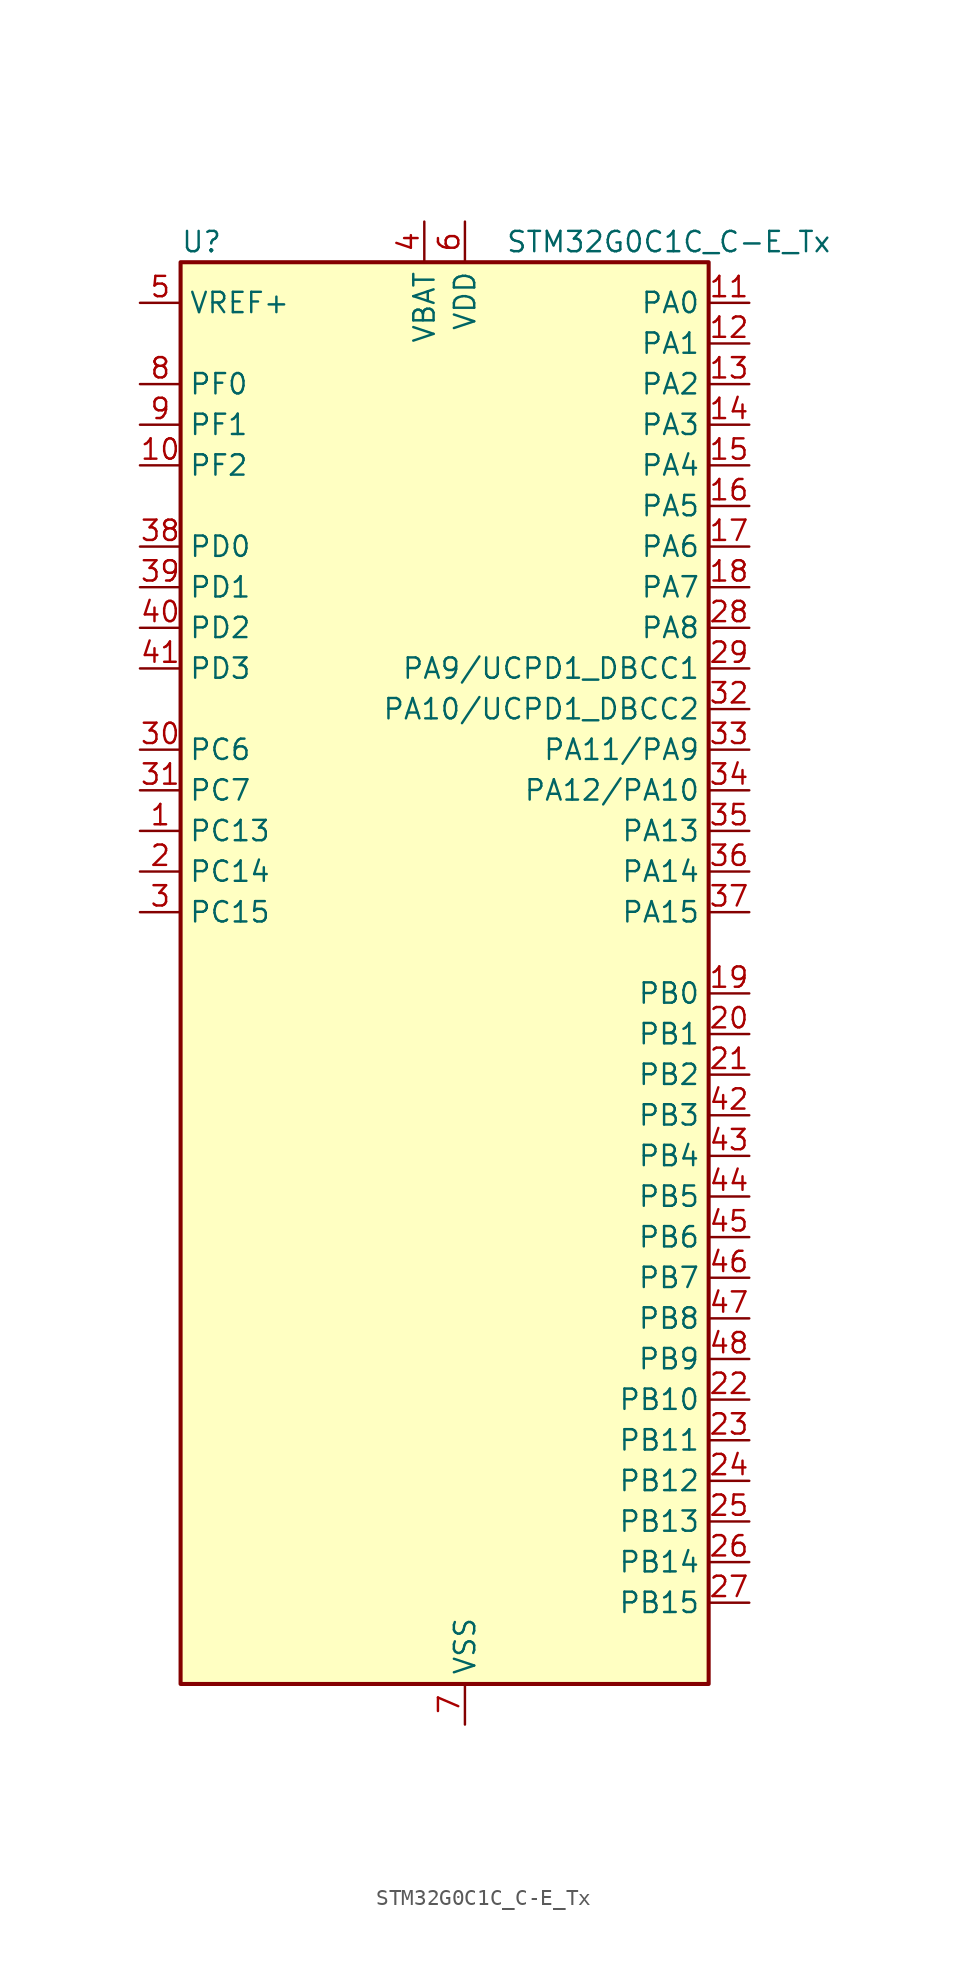
<source format=kicad_sym>
(kicad_symbol_lib
  (version 20231120)
  (generator "kicad_symbol_editor")
  (generator_version "8.0")
  (symbol "STM32G0C1C_C-E_Tx"
    (property "Reference" "U"
      (at -15.24 46.99 0)
      (effects (font (size 1.27 1.27)) (justify left)))
    (property "Value" "STM32G0C1C_C-E_Tx"
      (at 5.08 46.99 0)
      (effects (font (size 1.27 1.27)) (justify left)))
    (property "ki_locked" ""
      (at 0 0 0)
      (effects (font (size 1.27 1.27))))
    (symbol "STM32G0C1C_C-E_Tx_0_1"
      (rectangle (start -15.24 -43.18) (end 17.78 45.72) (stroke (width 0.254) (type default)) (fill (type background))))
    (symbol "STM32G0C1C_C-E_Tx_1_1"
      (pin bidirectional line (at -17.78 10.16 0) (length 2.54) (name "PC13" (effects (font (size 1.27 1.27)))) (number "1" (effects (font (size 1.27 1.27)))) (alternate "RTC_OUT1" bidirectional line) (alternate "RTC_TAMP_IN1" bidirectional line) (alternate "RTC_TS" bidirectional line) (alternate "SYS_WKUP2" bidirectional line) (alternate "TIM1_BK" bidirectional line))
      (pin bidirectional line (at -17.78 33.02 0) (length 2.54) (name "PF2" (effects (font (size 1.27 1.27)))) (number "10" (effects (font (size 1.27 1.27)))) (alternate "LPUART2_DE" bidirectional line) (alternate "LPUART2_RTS" bidirectional line) (alternate "LPUART2_TX" bidirectional line) (alternate "RCC_MCO" bidirectional line))
      (pin bidirectional line (at 20.32 43.18 180) (length 2.54) (name "PA0" (effects (font (size 1.27 1.27)))) (number "11" (effects (font (size 1.27 1.27)))) (alternate "ADC1_IN0" bidirectional line) (alternate "COMP1_INM" bidirectional line) (alternate "COMP1_OUT" bidirectional line) (alternate "I2S2_CK" bidirectional line) (alternate "LPTIM1_OUT" bidirectional line) (alternate "RTC_TAMP_IN2" bidirectional line) (alternate "SPI2_SCK" bidirectional line) (alternate "SYS_WKUP1" bidirectional line) (alternate "TIM2_CH1" bidirectional line) (alternate "TIM2_ETR" bidirectional line) (alternate "UCPD2_FRSTX1" bidirectional line) (alternate "UCPD2_FRSTX2" bidirectional line) (alternate "USART2_CTS" bidirectional line) (alternate "USART2_NSS" bidirectional line) (alternate "USART4_TX" bidirectional line))
      (pin bidirectional line (at 20.32 40.64 180) (length 2.54) (name "PA1" (effects (font (size 1.27 1.27)))) (number "12" (effects (font (size 1.27 1.27)))) (alternate "ADC1_IN1" bidirectional line) (alternate "COMP1_INP" bidirectional line) (alternate "I2C1_SMBA" bidirectional line) (alternate "I2S1_CK" bidirectional line) (alternate "SPI1_SCK" bidirectional line) (alternate "TIM15_CH1N" bidirectional line) (alternate "TIM2_CH2" bidirectional line) (alternate "USART2_CK" bidirectional line) (alternate "USART2_DE" bidirectional line) (alternate "USART2_RTS" bidirectional line) (alternate "USART4_RX" bidirectional line))
      (pin bidirectional line (at 20.32 38.1 180) (length 2.54) (name "PA2" (effects (font (size 1.27 1.27)))) (number "13" (effects (font (size 1.27 1.27)))) (alternate "ADC1_IN2" bidirectional line) (alternate "COMP2_INM" bidirectional line) (alternate "COMP2_OUT" bidirectional line) (alternate "I2S1_SD" bidirectional line) (alternate "LPUART1_TX" bidirectional line) (alternate "RCC_LSCO" bidirectional line) (alternate "SPI1_MOSI" bidirectional line) (alternate "SYS_WKUP4" bidirectional line) (alternate "TIM15_CH1" bidirectional line) (alternate "TIM2_CH3" bidirectional line) (alternate "UCPD1_FRSTX1" bidirectional line) (alternate "UCPD1_FRSTX2" bidirectional line) (alternate "USART2_TX" bidirectional line))
      (pin bidirectional line (at 20.32 35.56 180) (length 2.54) (name "PA3" (effects (font (size 1.27 1.27)))) (number "14" (effects (font (size 1.27 1.27)))) (alternate "ADC1_IN3" bidirectional line) (alternate "COMP2_INP" bidirectional line) (alternate "I2S2_MCK" bidirectional line) (alternate "LPUART1_RX" bidirectional line) (alternate "SPI2_MISO" bidirectional line) (alternate "TIM15_CH2" bidirectional line) (alternate "TIM2_CH4" bidirectional line) (alternate "UCPD2_FRSTX1" bidirectional line) (alternate "UCPD2_FRSTX2" bidirectional line) (alternate "USART2_RX" bidirectional line))
      (pin bidirectional line (at 20.32 33.02 180) (length 2.54) (name "PA4" (effects (font (size 1.27 1.27)))) (number "15" (effects (font (size 1.27 1.27)))) (alternate "ADC1_IN4" bidirectional line) (alternate "DAC1_OUT1" bidirectional line) (alternate "I2S1_WS" bidirectional line) (alternate "I2S2_SD" bidirectional line) (alternate "LPTIM2_OUT" bidirectional line) (alternate "RTC_OUT2" bidirectional line) (alternate "SPI1_NSS" bidirectional line) (alternate "SPI2_MOSI" bidirectional line) (alternate "SPI3_NSS" bidirectional line) (alternate "TIM14_CH1" bidirectional line) (alternate "UCPD2_FRSTX1" bidirectional line) (alternate "UCPD2_FRSTX2" bidirectional line) (alternate "USART6_TX" bidirectional line) (alternate "USB_NOE" bidirectional line))
      (pin bidirectional line (at 20.32 30.48 180) (length 2.54) (name "PA5" (effects (font (size 1.27 1.27)))) (number "16" (effects (font (size 1.27 1.27)))) (alternate "ADC1_IN5" bidirectional line) (alternate "CEC" bidirectional line) (alternate "DAC1_OUT2" bidirectional line) (alternate "I2S1_CK" bidirectional line) (alternate "LPTIM2_ETR" bidirectional line) (alternate "SPI1_SCK" bidirectional line) (alternate "TIM2_CH1" bidirectional line) (alternate "TIM2_ETR" bidirectional line) (alternate "UCPD1_FRSTX1" bidirectional line) (alternate "UCPD1_FRSTX2" bidirectional line) (alternate "USART3_TX" bidirectional line) (alternate "USART6_RX" bidirectional line))
      (pin bidirectional line (at 20.32 27.94 180) (length 2.54) (name "PA6" (effects (font (size 1.27 1.27)))) (number "17" (effects (font (size 1.27 1.27)))) (alternate "ADC1_IN6" bidirectional line) (alternate "COMP1_OUT" bidirectional line) (alternate "I2C2_SDA" bidirectional line) (alternate "I2C3_SDA" bidirectional line) (alternate "I2S1_MCK" bidirectional line) (alternate "LPUART1_CTS" bidirectional line) (alternate "SPI1_MISO" bidirectional line) (alternate "TIM16_CH1" bidirectional line) (alternate "TIM1_BK" bidirectional line) (alternate "TIM3_CH1" bidirectional line) (alternate "USART3_CTS" bidirectional line) (alternate "USART3_NSS" bidirectional line) (alternate "USART6_CTS" bidirectional line) (alternate "USART6_NSS" bidirectional line))
      (pin bidirectional line (at 20.32 25.4 180) (length 2.54) (name "PA7" (effects (font (size 1.27 1.27)))) (number "18" (effects (font (size 1.27 1.27)))) (alternate "ADC1_IN7" bidirectional line) (alternate "COMP2_OUT" bidirectional line) (alternate "I2C2_SCL" bidirectional line) (alternate "I2C3_SCL" bidirectional line) (alternate "I2S1_SD" bidirectional line) (alternate "SPI1_MOSI" bidirectional line) (alternate "TIM14_CH1" bidirectional line) (alternate "TIM17_CH1" bidirectional line) (alternate "TIM1_CH1N" bidirectional line) (alternate "TIM3_CH2" bidirectional line) (alternate "UCPD1_FRSTX1" bidirectional line) (alternate "UCPD1_FRSTX2" bidirectional line) (alternate "USART6_CK" bidirectional line) (alternate "USART6_DE" bidirectional line) (alternate "USART6_RTS" bidirectional line))
      (pin bidirectional line (at 20.32 0 180) (length 2.54) (name "PB0" (effects (font (size 1.27 1.27)))) (number "19" (effects (font (size 1.27 1.27)))) (alternate "ADC1_IN8" bidirectional line) (alternate "COMP1_OUT" bidirectional line) (alternate "COMP3_INP" bidirectional line) (alternate "FDCAN2_RX" bidirectional line) (alternate "I2S1_WS" bidirectional line) (alternate "LPTIM1_OUT" bidirectional line) (alternate "LPUART2_CTS" bidirectional line) (alternate "SPI1_NSS" bidirectional line) (alternate "TIM1_CH2N" bidirectional line) (alternate "TIM3_CH3" bidirectional line) (alternate "UCPD1_FRSTX1" bidirectional line) (alternate "UCPD1_FRSTX2" bidirectional line) (alternate "USART3_RX" bidirectional line) (alternate "USART5_TX" bidirectional line))
      (pin bidirectional line (at -17.78 7.62 0) (length 2.54) (name "PC14" (effects (font (size 1.27 1.27)))) (number "2" (effects (font (size 1.27 1.27)))) (alternate "RCC_OSC32_IN" bidirectional line) (alternate "TIM1_BK2" bidirectional line))
      (pin bidirectional line (at 20.32 -2.54 180) (length 2.54) (name "PB1" (effects (font (size 1.27 1.27)))) (number "20" (effects (font (size 1.27 1.27)))) (alternate "ADC1_IN9" bidirectional line) (alternate "COMP1_INM" bidirectional line) (alternate "COMP3_OUT" bidirectional line) (alternate "FDCAN2_TX" bidirectional line) (alternate "LPTIM2_IN1" bidirectional line) (alternate "LPUART1_DE" bidirectional line) (alternate "LPUART1_RTS" bidirectional line) (alternate "LPUART2_DE" bidirectional line) (alternate "LPUART2_RTS" bidirectional line) (alternate "TIM14_CH1" bidirectional line) (alternate "TIM1_CH3N" bidirectional line) (alternate "TIM3_CH4" bidirectional line) (alternate "USART3_CK" bidirectional line) (alternate "USART3_DE" bidirectional line) (alternate "USART3_RTS" bidirectional line) (alternate "USART5_RX" bidirectional line))
      (pin bidirectional line (at 20.32 -5.08 180) (length 2.54) (name "PB2" (effects (font (size 1.27 1.27)))) (number "21" (effects (font (size 1.27 1.27)))) (alternate "ADC1_IN10" bidirectional line) (alternate "COMP1_INP" bidirectional line) (alternate "COMP3_INM" bidirectional line) (alternate "I2S2_MCK" bidirectional line) (alternate "LPTIM1_OUT" bidirectional line) (alternate "RCC_MCO_2" bidirectional line) (alternate "SPI2_MISO" bidirectional line) (alternate "USART3_TX" bidirectional line))
      (pin bidirectional line (at 20.32 -25.4 180) (length 2.54) (name "PB10" (effects (font (size 1.27 1.27)))) (number "22" (effects (font (size 1.27 1.27)))) (alternate "ADC1_IN11" bidirectional line) (alternate "CEC" bidirectional line) (alternate "COMP1_OUT" bidirectional line) (alternate "I2C2_SCL" bidirectional line) (alternate "I2S2_CK" bidirectional line) (alternate "LPUART1_RX" bidirectional line) (alternate "SPI2_SCK" bidirectional line) (alternate "TIM2_CH3" bidirectional line) (alternate "USART3_TX" bidirectional line))
      (pin bidirectional line (at 20.32 -27.94 180) (length 2.54) (name "PB11" (effects (font (size 1.27 1.27)))) (number "23" (effects (font (size 1.27 1.27)))) (alternate "ADC1_EXTI11" bidirectional line) (alternate "ADC1_IN15" bidirectional line) (alternate "COMP2_OUT" bidirectional line) (alternate "I2C2_SDA" bidirectional line) (alternate "I2S2_SD" bidirectional line) (alternate "LPUART1_TX" bidirectional line) (alternate "SPI2_MOSI" bidirectional line) (alternate "TIM2_CH4" bidirectional line) (alternate "USART3_RX" bidirectional line))
      (pin bidirectional line (at 20.32 -30.48 180) (length 2.54) (name "PB12" (effects (font (size 1.27 1.27)))) (number "24" (effects (font (size 1.27 1.27)))) (alternate "ADC1_IN16" bidirectional line) (alternate "FDCAN2_RX" bidirectional line) (alternate "I2C2_SMBA" bidirectional line) (alternate "I2S2_WS" bidirectional line) (alternate "LPUART1_DE" bidirectional line) (alternate "LPUART1_RTS" bidirectional line) (alternate "SPI2_NSS" bidirectional line) (alternate "TIM15_BK" bidirectional line) (alternate "TIM1_BK" bidirectional line) (alternate "UCPD2_FRSTX1" bidirectional line) (alternate "UCPD2_FRSTX2" bidirectional line))
      (pin bidirectional line (at 20.32 -33.02 180) (length 2.54) (name "PB13" (effects (font (size 1.27 1.27)))) (number "25" (effects (font (size 1.27 1.27)))) (alternate "FDCAN2_TX" bidirectional line) (alternate "I2C2_SCL" bidirectional line) (alternate "I2S2_CK" bidirectional line) (alternate "LPUART1_CTS" bidirectional line) (alternate "SPI2_SCK" bidirectional line) (alternate "TIM15_CH1N" bidirectional line) (alternate "TIM1_CH1N" bidirectional line) (alternate "USART3_CTS" bidirectional line) (alternate "USART3_NSS" bidirectional line))
      (pin bidirectional line (at 20.32 -35.56 180) (length 2.54) (name "PB14" (effects (font (size 1.27 1.27)))) (number "26" (effects (font (size 1.27 1.27)))) (alternate "I2C2_SDA" bidirectional line) (alternate "I2S2_MCK" bidirectional line) (alternate "SPI2_MISO" bidirectional line) (alternate "TIM15_CH1" bidirectional line) (alternate "TIM1_CH2N" bidirectional line) (alternate "UCPD1_FRSTX1" bidirectional line) (alternate "UCPD1_FRSTX2" bidirectional line) (alternate "USART3_CK" bidirectional line) (alternate "USART3_DE" bidirectional line) (alternate "USART3_RTS" bidirectional line) (alternate "USART6_CK" bidirectional line) (alternate "USART6_DE" bidirectional line) (alternate "USART6_RTS" bidirectional line))
      (pin bidirectional line (at 20.32 -38.1 180) (length 2.54) (name "PB15" (effects (font (size 1.27 1.27)))) (number "27" (effects (font (size 1.27 1.27)))) (alternate "I2S2_SD" bidirectional line) (alternate "RTC_REFIN" bidirectional line) (alternate "SPI2_MOSI" bidirectional line) (alternate "TIM15_CH1N" bidirectional line) (alternate "TIM15_CH2" bidirectional line) (alternate "TIM1_CH3N" bidirectional line) (alternate "UCPD1_CC2" bidirectional line) (alternate "USART6_CTS" bidirectional line) (alternate "USART6_NSS" bidirectional line))
      (pin bidirectional line (at 20.32 22.86 180) (length 2.54) (name "PA8" (effects (font (size 1.27 1.27)))) (number "28" (effects (font (size 1.27 1.27)))) (alternate "CRS1_SYNC" bidirectional line) (alternate "I2C2_SMBA" bidirectional line) (alternate "I2S2_WS" bidirectional line) (alternate "LPTIM2_OUT" bidirectional line) (alternate "RCC_MCO" bidirectional line) (alternate "SPI2_NSS" bidirectional line) (alternate "TIM1_CH1" bidirectional line) (alternate "UCPD1_CC1" bidirectional line))
      (pin bidirectional line (at 20.32 20.32 180) (length 2.54) (name "PA9/UCPD1_DBCC1" (effects (font (size 1.27 1.27)))) (number "29" (effects (font (size 1.27 1.27)))) (alternate "DAC1_EXTI9" bidirectional line) (alternate "I2C1_SCL" bidirectional line) (alternate "I2C2_SCL" bidirectional line) (alternate "I2S2_MCK" bidirectional line) (alternate "RCC_MCO" bidirectional line) (alternate "SPI2_MISO" bidirectional line) (alternate "TIM15_BK" bidirectional line) (alternate "TIM1_CH2" bidirectional line) (alternate "UCPD1_DBCC1" bidirectional line) (alternate "USART1_TX" bidirectional line))
      (pin bidirectional line (at -17.78 5.08 0) (length 2.54) (name "PC15" (effects (font (size 1.27 1.27)))) (number "3" (effects (font (size 1.27 1.27)))) (alternate "RCC_OSC32_EN" bidirectional line) (alternate "RCC_OSC32_OUT" bidirectional line) (alternate "RCC_OSC_EN" bidirectional line) (alternate "TIM15_BK" bidirectional line))
      (pin bidirectional line (at -17.78 15.24 0) (length 2.54) (name "PC6" (effects (font (size 1.27 1.27)))) (number "30" (effects (font (size 1.27 1.27)))) (alternate "LPUART2_TX" bidirectional line) (alternate "TIM2_CH3" bidirectional line) (alternate "TIM3_CH1" bidirectional line) (alternate "UCPD1_FRSTX1" bidirectional line) (alternate "UCPD1_FRSTX2" bidirectional line))
      (pin bidirectional line (at -17.78 12.7 0) (length 2.54) (name "PC7" (effects (font (size 1.27 1.27)))) (number "31" (effects (font (size 1.27 1.27)))) (alternate "LPUART2_RX" bidirectional line) (alternate "TIM2_CH4" bidirectional line) (alternate "TIM3_CH2" bidirectional line) (alternate "UCPD2_FRSTX1" bidirectional line) (alternate "UCPD2_FRSTX2" bidirectional line))
      (pin bidirectional line (at 20.32 17.78 180) (length 2.54) (name "PA10/UCPD1_DBCC2" (effects (font (size 1.27 1.27)))) (number "32" (effects (font (size 1.27 1.27)))) (alternate "I2C1_SDA" bidirectional line) (alternate "I2C2_SDA" bidirectional line) (alternate "I2S2_SD" bidirectional line) (alternate "RCC_MCO_2" bidirectional line) (alternate "SPI2_MOSI" bidirectional line) (alternate "TIM17_BK" bidirectional line) (alternate "TIM1_CH3" bidirectional line) (alternate "UCPD1_DBCC2" bidirectional line) (alternate "USART1_RX" bidirectional line))
      (pin bidirectional line (at 20.32 15.24 180) (length 2.54) (name "PA11/PA9" (effects (font (size 1.27 1.27)))) (number "33" (effects (font (size 1.27 1.27)))) (alternate "ADC1_EXTI11" bidirectional line) (alternate "COMP1_OUT" bidirectional line) (alternate "FDCAN1_RX" bidirectional line) (alternate "I2C2_SCL" bidirectional line) (alternate "I2S1_MCK" bidirectional line) (alternate "SPI1_MISO" bidirectional line) (alternate "TIM1_BK2" bidirectional line) (alternate "TIM1_CH4" bidirectional line) (alternate "USART1_CTS" bidirectional line) (alternate "USART1_NSS" bidirectional line) (alternate "USB_DM" bidirectional line))
      (pin bidirectional line (at 20.32 12.7 180) (length 2.54) (name "PA12/PA10" (effects (font (size 1.27 1.27)))) (number "34" (effects (font (size 1.27 1.27)))) (alternate "COMP2_OUT" bidirectional line) (alternate "FDCAN1_TX" bidirectional line) (alternate "I2C2_SDA" bidirectional line) (alternate "I2S1_SD" bidirectional line) (alternate "I2S_CKIN" bidirectional line) (alternate "SPI1_MOSI" bidirectional line) (alternate "TIM1_ETR" bidirectional line) (alternate "USART1_CK" bidirectional line) (alternate "USART1_DE" bidirectional line) (alternate "USART1_RTS" bidirectional line) (alternate "USB_DP" bidirectional line))
      (pin bidirectional line (at 20.32 10.16 180) (length 2.54) (name "PA13" (effects (font (size 1.27 1.27)))) (number "35" (effects (font (size 1.27 1.27)))) (alternate "IR_OUT" bidirectional line) (alternate "LPUART2_RX" bidirectional line) (alternate "SYS_SWDIO" bidirectional line) (alternate "USB_NOE" bidirectional line))
      (pin bidirectional line (at 20.32 7.62 180) (length 2.54) (name "PA14" (effects (font (size 1.27 1.27)))) (number "36" (effects (font (size 1.27 1.27)))) (alternate "LPUART2_TX" bidirectional line) (alternate "SYS_SWCLK" bidirectional line) (alternate "USART2_TX" bidirectional line))
      (pin bidirectional line (at 20.32 5.08 180) (length 2.54) (name "PA15" (effects (font (size 1.27 1.27)))) (number "37" (effects (font (size 1.27 1.27)))) (alternate "I2C2_SMBA" bidirectional line) (alternate "I2S1_WS" bidirectional line) (alternate "RCC_MCO_2" bidirectional line) (alternate "SPI1_NSS" bidirectional line) (alternate "SPI3_NSS" bidirectional line) (alternate "TIM2_CH1" bidirectional line) (alternate "TIM2_ETR" bidirectional line) (alternate "USART2_RX" bidirectional line) (alternate "USART3_CK" bidirectional line) (alternate "USART3_DE" bidirectional line) (alternate "USART3_RTS" bidirectional line) (alternate "USART4_CK" bidirectional line) (alternate "USART4_DE" bidirectional line) (alternate "USART4_RTS" bidirectional line) (alternate "USB_NOE" bidirectional line))
      (pin bidirectional line (at -17.78 27.94 0) (length 2.54) (name "PD0" (effects (font (size 1.27 1.27)))) (number "38" (effects (font (size 1.27 1.27)))) (alternate "FDCAN1_RX" bidirectional line) (alternate "I2S2_WS" bidirectional line) (alternate "SPI2_NSS" bidirectional line) (alternate "TIM16_CH1" bidirectional line) (alternate "UCPD2_CC1" bidirectional line))
      (pin bidirectional line (at -17.78 25.4 0) (length 2.54) (name "PD1" (effects (font (size 1.27 1.27)))) (number "39" (effects (font (size 1.27 1.27)))) (alternate "FDCAN1_TX" bidirectional line) (alternate "I2S2_CK" bidirectional line) (alternate "SPI2_SCK" bidirectional line) (alternate "TIM17_CH1" bidirectional line) (alternate "UCPD2_DBCC1" bidirectional line))
      (pin power_in line (at 0 48.26 270) (length 2.54) (name "VBAT" (effects (font (size 1.27 1.27)))) (number "4" (effects (font (size 1.27 1.27)))))
      (pin bidirectional line (at -17.78 22.86 0) (length 2.54) (name "PD2" (effects (font (size 1.27 1.27)))) (number "40" (effects (font (size 1.27 1.27)))) (alternate "TIM1_CH1N" bidirectional line) (alternate "TIM3_ETR" bidirectional line) (alternate "UCPD2_CC2" bidirectional line) (alternate "USART3_CK" bidirectional line) (alternate "USART3_DE" bidirectional line) (alternate "USART3_RTS" bidirectional line) (alternate "USART5_RX" bidirectional line))
      (pin bidirectional line (at -17.78 20.32 0) (length 2.54) (name "PD3" (effects (font (size 1.27 1.27)))) (number "41" (effects (font (size 1.27 1.27)))) (alternate "I2S2_MCK" bidirectional line) (alternate "SPI2_MISO" bidirectional line) (alternate "TIM1_CH2N" bidirectional line) (alternate "UCPD2_DBCC2" bidirectional line) (alternate "USART2_CTS" bidirectional line) (alternate "USART2_NSS" bidirectional line) (alternate "USART5_TX" bidirectional line))
      (pin bidirectional line (at 20.32 -7.62 180) (length 2.54) (name "PB3" (effects (font (size 1.27 1.27)))) (number "42" (effects (font (size 1.27 1.27)))) (alternate "COMP2_INM" bidirectional line) (alternate "I2C2_SCL" bidirectional line) (alternate "I2C3_SCL" bidirectional line) (alternate "I2S1_CK" bidirectional line) (alternate "SPI1_SCK" bidirectional line) (alternate "SPI3_SCK" bidirectional line) (alternate "TIM1_CH2" bidirectional line) (alternate "TIM2_CH2" bidirectional line) (alternate "USART1_CK" bidirectional line) (alternate "USART1_DE" bidirectional line) (alternate "USART1_RTS" bidirectional line) (alternate "USART5_TX" bidirectional line))
      (pin bidirectional line (at 20.32 -10.16 180) (length 2.54) (name "PB4" (effects (font (size 1.27 1.27)))) (number "43" (effects (font (size 1.27 1.27)))) (alternate "COMP2_INP" bidirectional line) (alternate "I2C2_SDA" bidirectional line) (alternate "I2C3_SDA" bidirectional line) (alternate "I2S1_MCK" bidirectional line) (alternate "SPI1_MISO" bidirectional line) (alternate "SPI3_MISO" bidirectional line) (alternate "TIM17_BK" bidirectional line) (alternate "TIM3_CH1" bidirectional line) (alternate "USART1_CTS" bidirectional line) (alternate "USART1_NSS" bidirectional line) (alternate "USART5_RX" bidirectional line))
      (pin bidirectional line (at 20.32 -12.7 180) (length 2.54) (name "PB5" (effects (font (size 1.27 1.27)))) (number "44" (effects (font (size 1.27 1.27)))) (alternate "COMP2_OUT" bidirectional line) (alternate "FDCAN2_RX" bidirectional line) (alternate "I2C1_SMBA" bidirectional line) (alternate "I2S1_SD" bidirectional line) (alternate "LPTIM1_IN1" bidirectional line) (alternate "SPI1_MOSI" bidirectional line) (alternate "SPI3_MOSI" bidirectional line) (alternate "SYS_WKUP6" bidirectional line) (alternate "TIM16_BK" bidirectional line) (alternate "TIM3_CH2" bidirectional line) (alternate "USART5_CK" bidirectional line) (alternate "USART5_DE" bidirectional line) (alternate "USART5_RTS" bidirectional line))
      (pin bidirectional line (at 20.32 -15.24 180) (length 2.54) (name "PB6" (effects (font (size 1.27 1.27)))) (number "45" (effects (font (size 1.27 1.27)))) (alternate "COMP2_INP" bidirectional line) (alternate "FDCAN2_TX" bidirectional line) (alternate "I2C1_SCL" bidirectional line) (alternate "I2S2_MCK" bidirectional line) (alternate "LPTIM1_ETR" bidirectional line) (alternate "LPUART2_TX" bidirectional line) (alternate "SPI2_MISO" bidirectional line) (alternate "TIM16_CH1N" bidirectional line) (alternate "TIM1_CH3" bidirectional line) (alternate "TIM4_CH1" bidirectional line) (alternate "USART1_TX" bidirectional line) (alternate "USART5_CTS" bidirectional line) (alternate "USART5_NSS" bidirectional line))
      (pin bidirectional line (at 20.32 -17.78 180) (length 2.54) (name "PB7" (effects (font (size 1.27 1.27)))) (number "46" (effects (font (size 1.27 1.27)))) (alternate "COMP2_INM" bidirectional line) (alternate "I2C1_SDA" bidirectional line) (alternate "I2S2_SD" bidirectional line) (alternate "LPTIM1_IN2" bidirectional line) (alternate "LPUART2_RX" bidirectional line) (alternate "SPI2_MOSI" bidirectional line) (alternate "SYS_PVD_IN" bidirectional line) (alternate "TIM17_CH1N" bidirectional line) (alternate "TIM4_CH2" bidirectional line) (alternate "USART1_RX" bidirectional line) (alternate "USART4_CTS" bidirectional line) (alternate "USART4_NSS" bidirectional line))
      (pin bidirectional line (at 20.32 -20.32 180) (length 2.54) (name "PB8" (effects (font (size 1.27 1.27)))) (number "47" (effects (font (size 1.27 1.27)))) (alternate "CEC" bidirectional line) (alternate "FDCAN1_RX" bidirectional line) (alternate "I2C1_SCL" bidirectional line) (alternate "I2S2_CK" bidirectional line) (alternate "SPI2_SCK" bidirectional line) (alternate "TIM15_BK" bidirectional line) (alternate "TIM16_CH1" bidirectional line) (alternate "TIM4_CH3" bidirectional line) (alternate "USART3_TX" bidirectional line) (alternate "USART6_TX" bidirectional line))
      (pin bidirectional line (at 20.32 -22.86 180) (length 2.54) (name "PB9" (effects (font (size 1.27 1.27)))) (number "48" (effects (font (size 1.27 1.27)))) (alternate "DAC1_EXTI9" bidirectional line) (alternate "FDCAN1_TX" bidirectional line) (alternate "I2C1_SDA" bidirectional line) (alternate "I2S2_WS" bidirectional line) (alternate "IR_OUT" bidirectional line) (alternate "SPI2_NSS" bidirectional line) (alternate "TIM17_CH1" bidirectional line) (alternate "TIM4_CH4" bidirectional line) (alternate "UCPD2_FRSTX1" bidirectional line) (alternate "UCPD2_FRSTX2" bidirectional line) (alternate "USART3_RX" bidirectional line) (alternate "USART6_RX" bidirectional line))
      (pin input line (at -17.78 43.18 0) (length 2.54) (name "VREF+" (effects (font (size 1.27 1.27)))) (number "5" (effects (font (size 1.27 1.27)))) (alternate "VREFBUF_OUT" bidirectional line))
      (pin power_in line (at 2.54 48.26 270) (length 2.54) (name "VDD" (effects (font (size 1.27 1.27)))) (number "6" (effects (font (size 1.27 1.27)))))
      (pin power_in line (at 2.54 -45.72 90) (length 2.54) (name "VSS" (effects (font (size 1.27 1.27)))) (number "7" (effects (font (size 1.27 1.27)))))
      (pin bidirectional line (at -17.78 38.1 0) (length 2.54) (name "PF0" (effects (font (size 1.27 1.27)))) (number "8" (effects (font (size 1.27 1.27)))) (alternate "CRS1_SYNC" bidirectional line) (alternate "RCC_OSC_IN" bidirectional line) (alternate "TIM14_CH1" bidirectional line))
      (pin bidirectional line (at -17.78 35.56 0) (length 2.54) (name "PF1" (effects (font (size 1.27 1.27)))) (number "9" (effects (font (size 1.27 1.27)))) (alternate "RCC_OSC_EN" bidirectional line) (alternate "RCC_OSC_OUT" bidirectional line) (alternate "TIM15_CH1N" bidirectional line)))))
</source>
